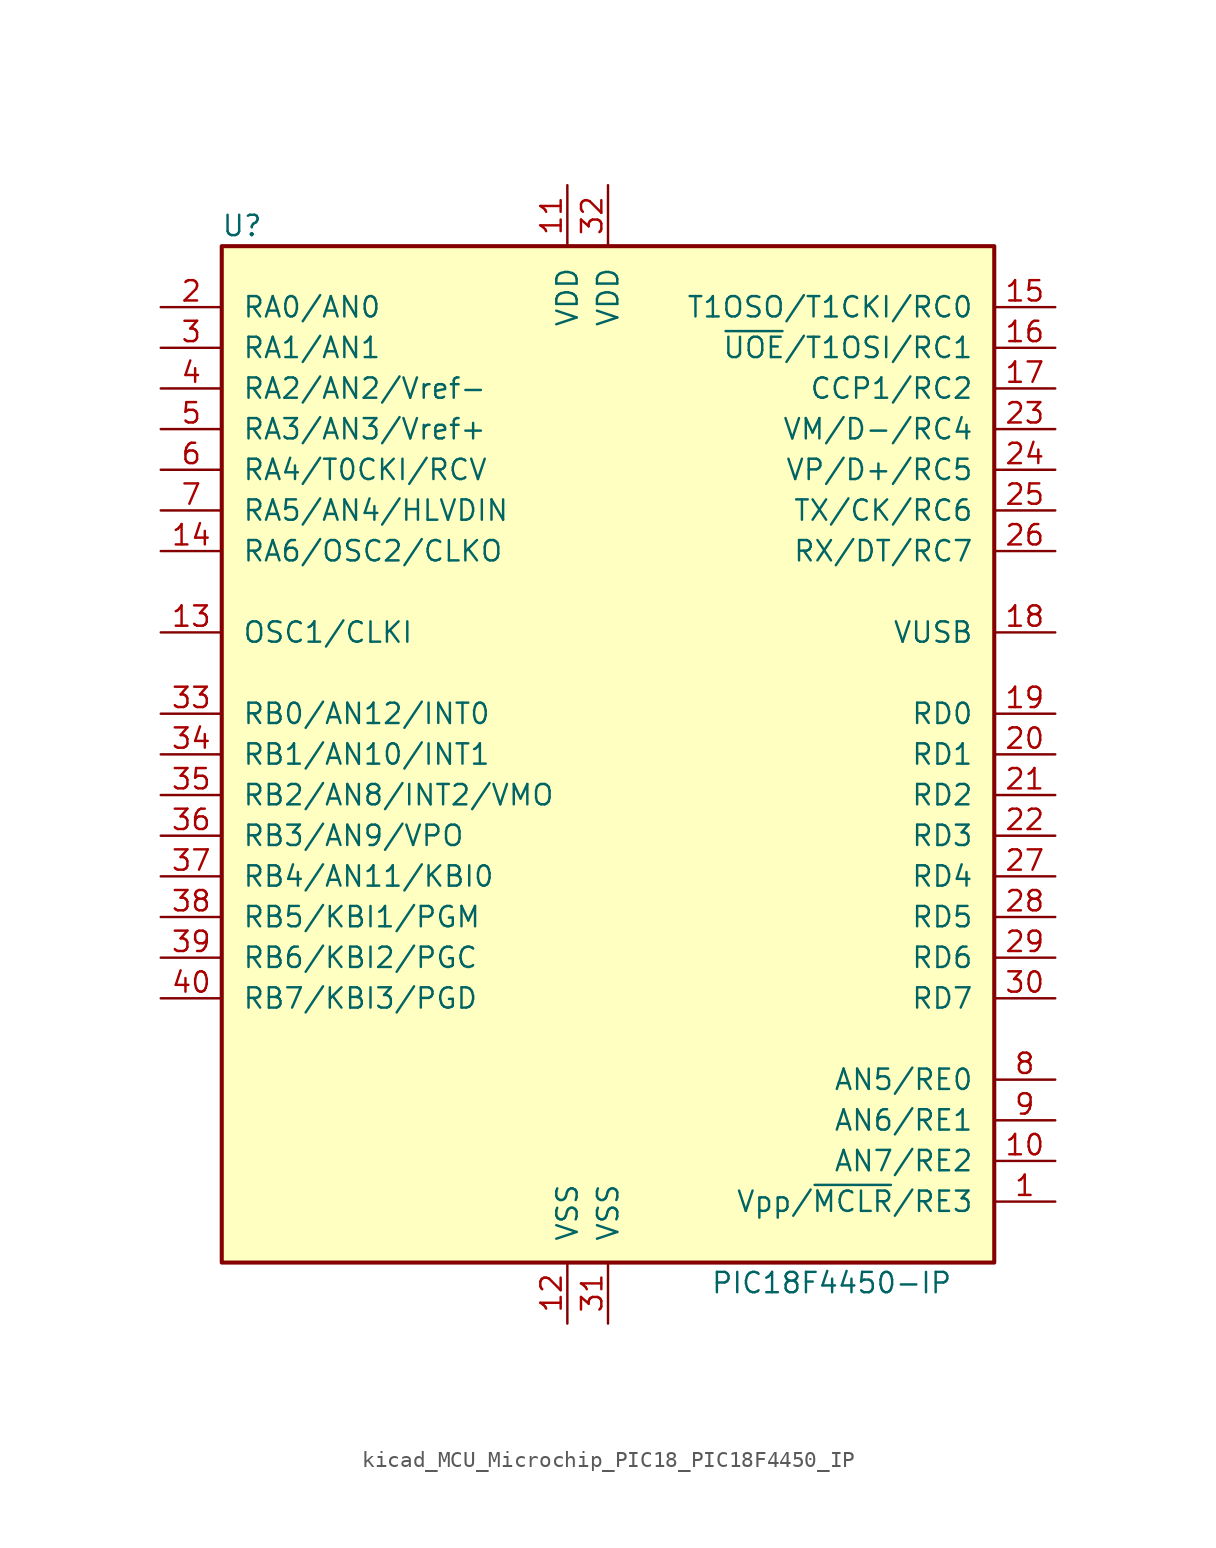
<source format=kicad_sym>
(kicad_symbol_lib
  (version 20220914)
  (generator kicad_symbol_editor)
  (symbol "kicad_MCU_Microchip_PIC18_PIC18F4450_IP"
    (pin_names
      (offset 1.27))
    (property "Reference" "U"
      (at -22.86 33.02 0)
      (effects (font (size 1.27 1.27))))
    (property "Value" "PIC18F4450-IP"
      (at 13.97 -33.02 0)
      (effects (font (size 1.27 1.27))))
    (symbol "kicad_MCU_Microchip_PIC18_PIC18F4450_IP_0_1"
      (rectangle (start -24.13 31.75) (end 24.13 -31.75) (stroke (width 0.254) (type default)) (fill (type background))))
    (symbol "kicad_MCU_Microchip_PIC18_PIC18F4450_IP_1_1"
      (pin input line (at 27.94 -27.94 180) (length 3.81) (name "Vpp/~{MCLR}/RE3" (effects (font (size 1.27 1.27)))) (number "1" (effects (font (size 1.27 1.27)))))
      (pin bidirectional line (at 27.94 -25.4 180) (length 3.81) (name "AN7/RE2" (effects (font (size 1.27 1.27)))) (number "10" (effects (font (size 1.27 1.27)))))
      (pin power_in line (at -2.54 35.56 270) (length 3.81) (name "VDD" (effects (font (size 1.27 1.27)))) (number "11" (effects (font (size 1.27 1.27)))))
      (pin power_in line (at -2.54 -35.56 90) (length 3.81) (name "VSS" (effects (font (size 1.27 1.27)))) (number "12" (effects (font (size 1.27 1.27)))))
      (pin input line (at -27.94 7.62 0) (length 3.81) (name "OSC1/CLKI" (effects (font (size 1.27 1.27)))) (number "13" (effects (font (size 1.27 1.27)))))
      (pin output line (at -27.94 12.7 0) (length 3.81) (name "RA6/OSC2/CLKO" (effects (font (size 1.27 1.27)))) (number "14" (effects (font (size 1.27 1.27)))))
      (pin bidirectional line (at 27.94 27.94 180) (length 3.81) (name "T1OSO/T1CKI/RC0" (effects (font (size 1.27 1.27)))) (number "15" (effects (font (size 1.27 1.27)))))
      (pin bidirectional line (at 27.94 25.4 180) (length 3.81) (name "~{UOE}/T1OSI/RC1" (effects (font (size 1.27 1.27)))) (number "16" (effects (font (size 1.27 1.27)))))
      (pin bidirectional line (at 27.94 22.86 180) (length 3.81) (name "CCP1/RC2" (effects (font (size 1.27 1.27)))) (number "17" (effects (font (size 1.27 1.27)))))
      (pin bidirectional line (at 27.94 7.62 180) (length 3.81) (name "VUSB" (effects (font (size 1.27 1.27)))) (number "18" (effects (font (size 1.27 1.27)))))
      (pin bidirectional line (at 27.94 2.54 180) (length 3.81) (name "RD0" (effects (font (size 1.27 1.27)))) (number "19" (effects (font (size 1.27 1.27)))))
      (pin bidirectional line (at -27.94 27.94 0) (length 3.81) (name "RA0/AN0" (effects (font (size 1.27 1.27)))) (number "2" (effects (font (size 1.27 1.27)))))
      (pin bidirectional line (at 27.94 0 180) (length 3.81) (name "RD1" (effects (font (size 1.27 1.27)))) (number "20" (effects (font (size 1.27 1.27)))))
      (pin bidirectional line (at 27.94 -2.54 180) (length 3.81) (name "RD2" (effects (font (size 1.27 1.27)))) (number "21" (effects (font (size 1.27 1.27)))))
      (pin bidirectional line (at 27.94 -5.08 180) (length 3.81) (name "RD3" (effects (font (size 1.27 1.27)))) (number "22" (effects (font (size 1.27 1.27)))))
      (pin bidirectional line (at 27.94 20.32 180) (length 3.81) (name "VM/D-/RC4" (effects (font (size 1.27 1.27)))) (number "23" (effects (font (size 1.27 1.27)))))
      (pin bidirectional line (at 27.94 17.78 180) (length 3.81) (name "VP/D+/RC5" (effects (font (size 1.27 1.27)))) (number "24" (effects (font (size 1.27 1.27)))))
      (pin bidirectional line (at 27.94 15.24 180) (length 3.81) (name "TX/CK/RC6" (effects (font (size 1.27 1.27)))) (number "25" (effects (font (size 1.27 1.27)))))
      (pin bidirectional line (at 27.94 12.7 180) (length 3.81) (name "RX/DT/RC7" (effects (font (size 1.27 1.27)))) (number "26" (effects (font (size 1.27 1.27)))))
      (pin bidirectional line (at 27.94 -7.62 180) (length 3.81) (name "RD4" (effects (font (size 1.27 1.27)))) (number "27" (effects (font (size 1.27 1.27)))))
      (pin bidirectional line (at 27.94 -10.16 180) (length 3.81) (name "RD5" (effects (font (size 1.27 1.27)))) (number "28" (effects (font (size 1.27 1.27)))))
      (pin bidirectional line (at 27.94 -12.7 180) (length 3.81) (name "RD6" (effects (font (size 1.27 1.27)))) (number "29" (effects (font (size 1.27 1.27)))))
      (pin bidirectional line (at -27.94 25.4 0) (length 3.81) (name "RA1/AN1" (effects (font (size 1.27 1.27)))) (number "3" (effects (font (size 1.27 1.27)))))
      (pin bidirectional line (at 27.94 -15.24 180) (length 3.81) (name "RD7" (effects (font (size 1.27 1.27)))) (number "30" (effects (font (size 1.27 1.27)))))
      (pin power_in line (at 0 -35.56 90) (length 3.81) (name "VSS" (effects (font (size 1.27 1.27)))) (number "31" (effects (font (size 1.27 1.27)))))
      (pin power_in line (at 0 35.56 270) (length 3.81) (name "VDD" (effects (font (size 1.27 1.27)))) (number "32" (effects (font (size 1.27 1.27)))))
      (pin bidirectional line (at -27.94 2.54 0) (length 3.81) (name "RB0/AN12/INT0" (effects (font (size 1.27 1.27)))) (number "33" (effects (font (size 1.27 1.27)))))
      (pin bidirectional line (at -27.94 0 0) (length 3.81) (name "RB1/AN10/INT1" (effects (font (size 1.27 1.27)))) (number "34" (effects (font (size 1.27 1.27)))))
      (pin bidirectional line (at -27.94 -2.54 0) (length 3.81) (name "RB2/AN8/INT2/VMO" (effects (font (size 1.27 1.27)))) (number "35" (effects (font (size 1.27 1.27)))))
      (pin bidirectional line (at -27.94 -5.08 0) (length 3.81) (name "RB3/AN9/VPO" (effects (font (size 1.27 1.27)))) (number "36" (effects (font (size 1.27 1.27)))))
      (pin bidirectional line (at -27.94 -7.62 0) (length 3.81) (name "RB4/AN11/KBI0" (effects (font (size 1.27 1.27)))) (number "37" (effects (font (size 1.27 1.27)))))
      (pin bidirectional line (at -27.94 -10.16 0) (length 3.81) (name "RB5/KBI1/PGM" (effects (font (size 1.27 1.27)))) (number "38" (effects (font (size 1.27 1.27)))))
      (pin bidirectional line (at -27.94 -12.7 0) (length 3.81) (name "RB6/KBI2/PGC" (effects (font (size 1.27 1.27)))) (number "39" (effects (font (size 1.27 1.27)))))
      (pin bidirectional line (at -27.94 22.86 0) (length 3.81) (name "RA2/AN2/Vref-" (effects (font (size 1.27 1.27)))) (number "4" (effects (font (size 1.27 1.27)))))
      (pin bidirectional line (at -27.94 -15.24 0) (length 3.81) (name "RB7/KBI3/PGD" (effects (font (size 1.27 1.27)))) (number "40" (effects (font (size 1.27 1.27)))))
      (pin bidirectional line (at -27.94 20.32 0) (length 3.81) (name "RA3/AN3/Vref+" (effects (font (size 1.27 1.27)))) (number "5" (effects (font (size 1.27 1.27)))))
      (pin bidirectional line (at -27.94 17.78 0) (length 3.81) (name "RA4/T0CKI/RCV" (effects (font (size 1.27 1.27)))) (number "6" (effects (font (size 1.27 1.27)))))
      (pin bidirectional line (at -27.94 15.24 0) (length 3.81) (name "RA5/AN4/HLVDIN" (effects (font (size 1.27 1.27)))) (number "7" (effects (font (size 1.27 1.27)))))
      (pin bidirectional line (at 27.94 -20.32 180) (length 3.81) (name "AN5/RE0" (effects (font (size 1.27 1.27)))) (number "8" (effects (font (size 1.27 1.27)))))
      (pin bidirectional line (at 27.94 -22.86 180) (length 3.81) (name "AN6/RE1" (effects (font (size 1.27 1.27)))) (number "9" (effects (font (size 1.27 1.27))))))))
</source>
